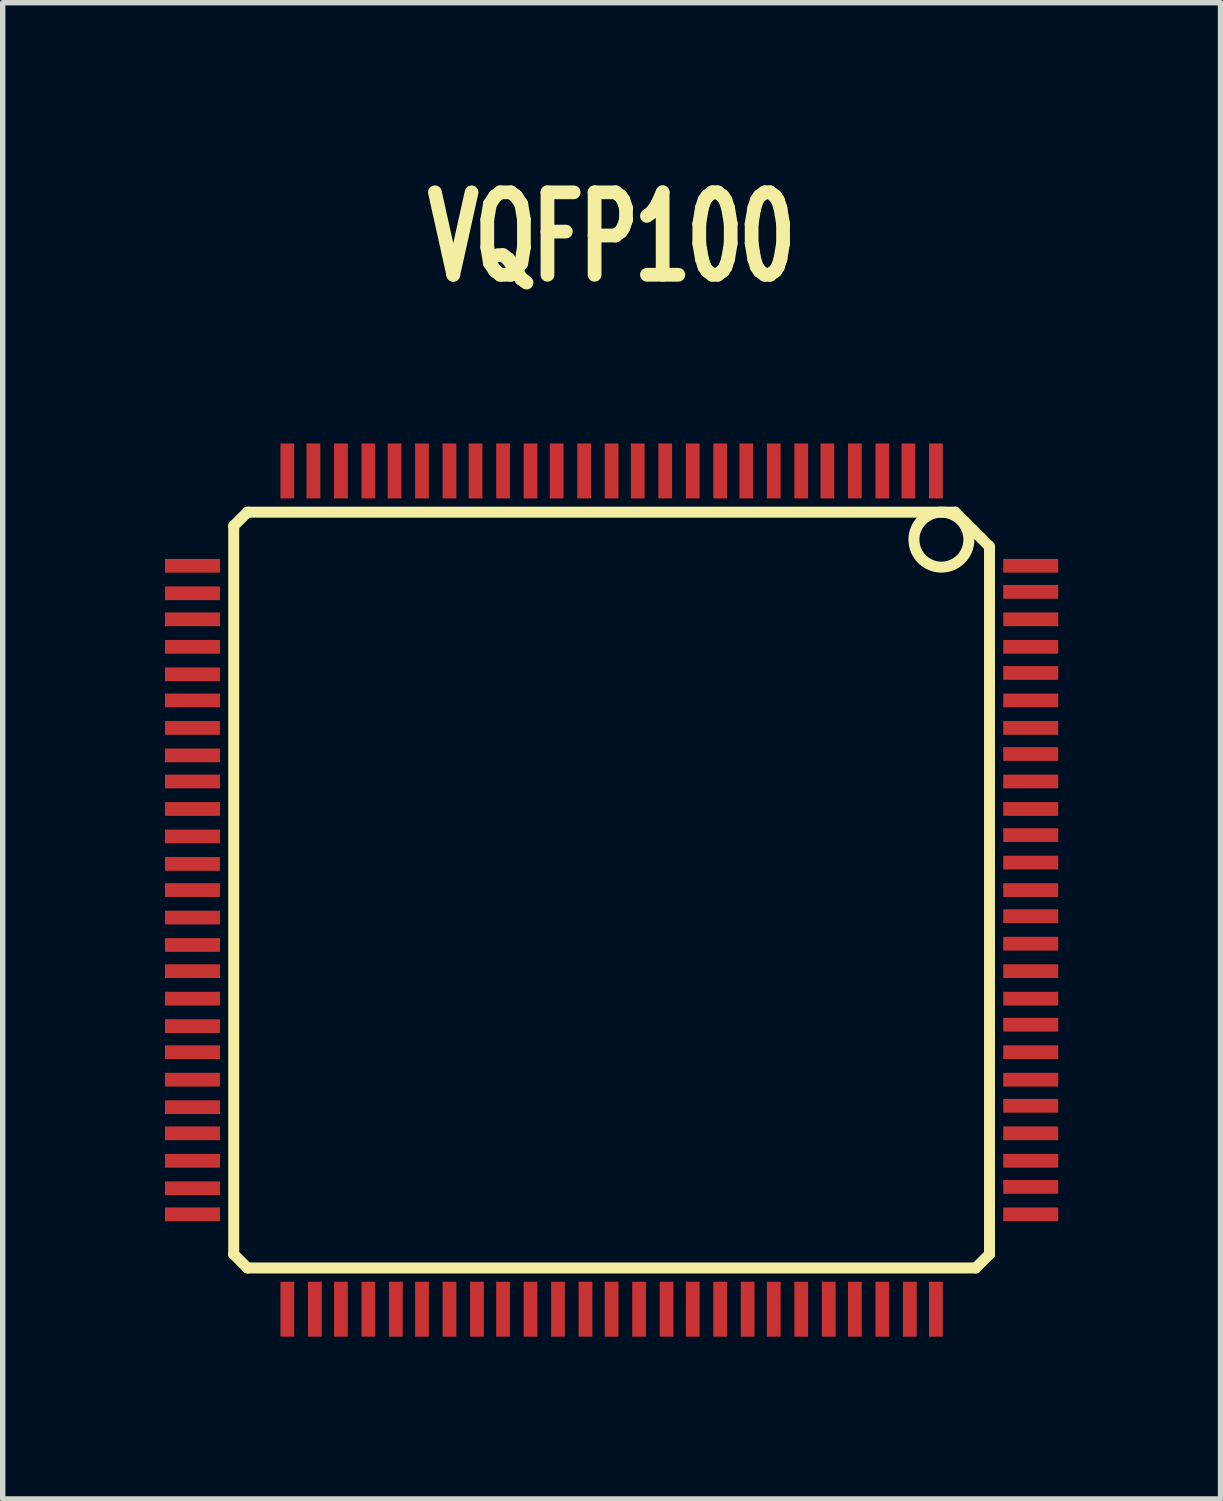
<source format=kicad_pcb>
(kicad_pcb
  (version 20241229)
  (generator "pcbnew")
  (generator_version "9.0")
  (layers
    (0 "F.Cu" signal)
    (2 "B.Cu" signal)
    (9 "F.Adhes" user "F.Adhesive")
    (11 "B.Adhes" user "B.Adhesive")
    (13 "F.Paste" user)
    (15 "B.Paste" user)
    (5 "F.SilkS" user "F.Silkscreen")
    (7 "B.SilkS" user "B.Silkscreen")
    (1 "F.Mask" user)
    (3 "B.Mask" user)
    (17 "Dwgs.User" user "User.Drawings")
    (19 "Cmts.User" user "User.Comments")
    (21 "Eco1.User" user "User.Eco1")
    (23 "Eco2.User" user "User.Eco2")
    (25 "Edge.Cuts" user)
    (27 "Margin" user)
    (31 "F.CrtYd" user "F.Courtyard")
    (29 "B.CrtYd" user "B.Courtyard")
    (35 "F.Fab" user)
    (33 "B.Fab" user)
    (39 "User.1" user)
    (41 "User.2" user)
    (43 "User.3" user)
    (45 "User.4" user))
  (footprint "VQFP100"
    (layer "F.Cu")
    (at 8.255 13.402)
    (property "Reference" "VQFP100" (at 0 -12.065 0) (layer "F.SilkS") (effects (font (size 1.524 1.016) (thickness 0.305))))
    (attr smd)
    (fp_line (start -6.985 -6.731) (end -6.985 6.731) (stroke (width 0.203) (type solid)) (layer "F.SilkS"))
    (fp_line (start -6.985 -6.731) (end -6.731 -6.985) (stroke (width 0.203) (type solid)) (layer "F.SilkS"))
    (fp_line (start -6.985 6.731) (end -6.731 6.985) (stroke (width 0.203) (type solid)) (layer "F.SilkS"))
    (fp_line (start -6.731 6.985) (end 6.731 6.985) (stroke (width 0.203) (type solid)) (layer "F.SilkS"))
    (fp_line (start 6.35 -6.985) (end -6.731 -6.985) (stroke (width 0.203) (type solid)) (layer "F.SilkS"))
    (fp_line (start 6.731 6.985) (end 6.985 6.731) (stroke (width 0.203) (type solid)) (layer "F.SilkS"))
    (fp_line (start 6.985 -6.35) (end 6.35 -6.985) (stroke (width 0.203) (type solid)) (layer "F.SilkS"))
    (fp_line (start 6.985 6.731) (end 6.985 -6.35) (stroke (width 0.203) (type solid)) (layer "F.SilkS"))
    (fp_circle (center 6.096 -6.477) (end 6.096 -6.985) (stroke (width 0.203) (type solid)) (fill no) (layer "F.SilkS"))
    (pad "1" smd rect (at 5.994 -7.747) (size 0.254 1.016) (layers "F.Cu" "F.Mask" "F.Paste"))
    (pad "2" smd rect (at 5.486 -7.747) (size 0.254 1.016) (layers "F.Cu" "F.Mask" "F.Paste"))
    (pad "3" smd rect (at 5.004 -7.747) (size 0.254 1.016) (layers "F.Cu" "F.Mask" "F.Paste"))
    (pad "4" smd rect (at 4.496 -7.747) (size 0.254 1.016) (layers "F.Cu" "F.Mask" "F.Paste"))
    (pad "5" smd rect (at 3.988 -7.747) (size 0.254 1.016) (layers "F.Cu" "F.Mask" "F.Paste"))
    (pad "6" smd rect (at 3.505 -7.747) (size 0.254 1.016) (layers "F.Cu" "F.Mask" "F.Paste"))
    (pad "7" smd rect (at 2.997 -7.747) (size 0.254 1.016) (layers "F.Cu" "F.Mask" "F.Paste"))
    (pad "8" smd rect (at 2.489 -7.747) (size 0.254 1.016) (layers "F.Cu" "F.Mask" "F.Paste"))
    (pad "9" smd rect (at 2.007 -7.747) (size 0.254 1.016) (layers "F.Cu" "F.Mask" "F.Paste"))
    (pad "10" smd rect (at 1.499 -7.747) (size 0.254 1.016) (layers "F.Cu" "F.Mask" "F.Paste"))
    (pad "11" smd rect (at 0.991 -7.747) (size 0.254 1.016) (layers "F.Cu" "F.Mask" "F.Paste"))
    (pad "12" smd rect (at 0.483 -7.747) (size 0.254 1.016) (layers "F.Cu" "F.Mask" "F.Paste"))
    (pad "13" smd rect (at 0 -7.747) (size 0.254 1.016) (layers "F.Cu" "F.Mask" "F.Paste"))
    (pad "14" smd rect (at -0.508 -7.747) (size 0.254 1.016) (layers "F.Cu" "F.Mask" "F.Paste"))
    (pad "15" smd rect (at -1.016 -7.747) (size 0.254 1.016) (layers "F.Cu" "F.Mask" "F.Paste"))
    (pad "16" smd rect (at -1.499 -7.747) (size 0.254 1.016) (layers "F.Cu" "F.Mask" "F.Paste"))
    (pad "17" smd rect (at -2.007 -7.747) (size 0.254 1.016) (layers "F.Cu" "F.Mask" "F.Paste"))
    (pad "18" smd rect (at -2.515 -7.747) (size 0.254 1.016) (layers "F.Cu" "F.Mask" "F.Paste"))
    (pad "19" smd rect (at -2.997 -7.747) (size 0.254 1.016) (layers "F.Cu" "F.Mask" "F.Paste"))
    (pad "20" smd rect (at -3.505 -7.747) (size 0.254 1.016) (layers "F.Cu" "F.Mask" "F.Paste"))
    (pad "21" smd rect (at -4.013 -7.747) (size 0.254 1.016) (layers "F.Cu" "F.Mask" "F.Paste"))
    (pad "22" smd rect (at -4.496 -7.747) (size 0.254 1.016) (layers "F.Cu" "F.Mask" "F.Paste"))
    (pad "23" smd rect (at -5.004 -7.747) (size 0.254 1.016) (layers "F.Cu" "F.Mask" "F.Paste"))
    (pad "24" smd rect (at -5.512 -7.747) (size 0.254 1.016) (layers "F.Cu" "F.Mask" "F.Paste"))
    (pad "25" smd rect (at -5.994 -7.747) (size 0.254 1.016) (layers "F.Cu" "F.Mask" "F.Paste"))
    (pad "26" smd rect (at -7.747 -5.994) (size 1.016 0.254) (layers "F.Cu" "F.Mask" "F.Paste"))
    (pad "27" smd rect (at -7.747 -5.486) (size 1.016 0.254) (layers "F.Cu" "F.Mask" "F.Paste"))
    (pad "28" smd rect (at -7.747 -5.004) (size 1.016 0.254) (layers "F.Cu" "F.Mask" "F.Paste"))
    (pad "29" smd rect (at -7.747 -4.496) (size 1.016 0.254) (layers "F.Cu" "F.Mask" "F.Paste"))
    (pad "30" smd rect (at -7.747 -3.988) (size 1.016 0.254) (layers "F.Cu" "F.Mask" "F.Paste"))
    (pad "31" smd rect (at -7.747 -3.505) (size 1.016 0.254) (layers "F.Cu" "F.Mask" "F.Paste"))
    (pad "32" smd rect (at -7.747 -2.997) (size 1.016 0.254) (layers "F.Cu" "F.Mask" "F.Paste"))
    (pad "33" smd rect (at -7.747 -2.489) (size 1.016 0.254) (layers "F.Cu" "F.Mask" "F.Paste"))
    (pad "34" smd rect (at -7.747 -2.007) (size 1.016 0.254) (layers "F.Cu" "F.Mask" "F.Paste"))
    (pad "35" smd rect (at -7.747 -1.499) (size 1.016 0.254) (layers "F.Cu" "F.Mask" "F.Paste"))
    (pad "36" smd rect (at -7.747 -0.991) (size 1.016 0.254) (layers "F.Cu" "F.Mask" "F.Paste"))
    (pad "37" smd rect (at -7.747 -0.483) (size 1.016 0.254) (layers "F.Cu" "F.Mask" "F.Paste"))
    (pad "38" smd rect (at -7.747 0) (size 1.016 0.254) (layers "F.Cu" "F.Mask" "F.Paste"))
    (pad "39" smd rect (at -7.747 0.508) (size 1.016 0.254) (layers "F.Cu" "F.Mask" "F.Paste"))
    (pad "40" smd rect (at -7.747 1.016) (size 1.016 0.254) (layers "F.Cu" "F.Mask" "F.Paste"))
    (pad "41" smd rect (at -7.747 1.499) (size 1.016 0.254) (layers "F.Cu" "F.Mask" "F.Paste"))
    (pad "42" smd rect (at -7.747 2.007) (size 1.016 0.254) (layers "F.Cu" "F.Mask" "F.Paste"))
    (pad "43" smd rect (at -7.747 2.515) (size 1.016 0.254) (layers "F.Cu" "F.Mask" "F.Paste"))
    (pad "44" smd rect (at -7.747 2.997) (size 1.016 0.254) (layers "F.Cu" "F.Mask" "F.Paste"))
    (pad "45" smd rect (at -7.747 3.505) (size 1.016 0.254) (layers "F.Cu" "F.Mask" "F.Paste"))
    (pad "46" smd rect (at -7.747 4.013) (size 1.016 0.254) (layers "F.Cu" "F.Mask" "F.Paste"))
    (pad "47" smd rect (at -7.747 4.496) (size 1.016 0.254) (layers "F.Cu" "F.Mask" "F.Paste"))
    (pad "48" smd rect (at -7.747 5.004) (size 1.016 0.254) (layers "F.Cu" "F.Mask" "F.Paste"))
    (pad "49" smd rect (at -7.747 5.512) (size 1.016 0.254) (layers "F.Cu" "F.Mask" "F.Paste"))
    (pad "50" smd rect (at -7.747 5.994) (size 1.016 0.254) (layers "F.Cu" "F.Mask" "F.Paste"))
    (pad "51" smd rect (at -5.994 7.747) (size 0.254 1.016) (layers "F.Cu" "F.Mask" "F.Paste"))
    (pad "52" smd rect (at -5.486 7.747) (size 0.254 1.016) (layers "F.Cu" "F.Mask" "F.Paste"))
    (pad "53" smd rect (at -5.004 7.747) (size 0.254 1.016) (layers "F.Cu" "F.Mask" "F.Paste"))
    (pad "54" smd rect (at -4.496 7.747) (size 0.254 1.016) (layers "F.Cu" "F.Mask" "F.Paste"))
    (pad "55" smd rect (at -3.988 7.747) (size 0.254 1.016) (layers "F.Cu" "F.Mask" "F.Paste"))
    (pad "56" smd rect (at -3.505 7.747) (size 0.254 1.016) (layers "F.Cu" "F.Mask" "F.Paste"))
    (pad "57" smd rect (at -2.997 7.747) (size 0.254 1.016) (layers "F.Cu" "F.Mask" "F.Paste"))
    (pad "58" smd rect (at -2.489 7.747) (size 0.254 1.016) (layers "F.Cu" "F.Mask" "F.Paste"))
    (pad "59" smd rect (at -2.007 7.747) (size 0.254 1.016) (layers "F.Cu" "F.Mask" "F.Paste"))
    (pad "60" smd rect (at -1.499 7.747) (size 0.254 1.016) (layers "F.Cu" "F.Mask" "F.Paste"))
    (pad "61" smd rect (at -0.991 7.747) (size 0.254 1.016) (layers "F.Cu" "F.Mask" "F.Paste"))
    (pad "62" smd rect (at -0.483 7.747) (size 0.254 1.016) (layers "F.Cu" "F.Mask" "F.Paste"))
    (pad "63" smd rect (at 0 7.747) (size 0.254 1.016) (layers "F.Cu" "F.Mask" "F.Paste"))
    (pad "64" smd rect (at 0.508 7.747) (size 0.254 1.016) (layers "F.Cu" "F.Mask" "F.Paste"))
    (pad "65" smd rect (at 1.016 7.747) (size 0.254 1.016) (layers "F.Cu" "F.Mask" "F.Paste"))
    (pad "66" smd rect (at 1.499 7.747) (size 0.254 1.016) (layers "F.Cu" "F.Mask" "F.Paste"))
    (pad "67" smd rect (at 2.007 7.747) (size 0.254 1.016) (layers "F.Cu" "F.Mask" "F.Paste"))
    (pad "68" smd rect (at 2.515 7.747) (size 0.254 1.016) (layers "F.Cu" "F.Mask" "F.Paste"))
    (pad "69" smd rect (at 2.997 7.747) (size 0.254 1.016) (layers "F.Cu" "F.Mask" "F.Paste"))
    (pad "70" smd rect (at 3.505 7.747) (size 0.254 1.016) (layers "F.Cu" "F.Mask" "F.Paste"))
    (pad "71" smd rect (at 4.013 7.747) (size 0.254 1.016) (layers "F.Cu" "F.Mask" "F.Paste"))
    (pad "72" smd rect (at 4.496 7.747) (size 0.254 1.016) (layers "F.Cu" "F.Mask" "F.Paste"))
    (pad "73" smd rect (at 5.004 7.747) (size 0.254 1.016) (layers "F.Cu" "F.Mask" "F.Paste"))
    (pad "74" smd rect (at 5.512 7.747) (size 0.254 1.016) (layers "F.Cu" "F.Mask" "F.Paste"))
    (pad "75" smd rect (at 5.994 7.747) (size 0.254 1.016) (layers "F.Cu" "F.Mask" "F.Paste"))
    (pad "76" smd rect (at 7.747 5.994) (size 1.016 0.254) (layers "F.Cu" "F.Mask" "F.Paste"))
    (pad "77" smd rect (at 7.747 5.486) (size 1.016 0.254) (layers "F.Cu" "F.Mask" "F.Paste"))
    (pad "78" smd rect (at 7.747 5.004) (size 1.016 0.254) (layers "F.Cu" "F.Mask" "F.Paste"))
    (pad "79" smd rect (at 7.747 4.496) (size 1.016 0.254) (layers "F.Cu" "F.Mask" "F.Paste"))
    (pad "80" smd rect (at 7.747 3.988) (size 1.016 0.254) (layers "F.Cu" "F.Mask" "F.Paste"))
    (pad "81" smd rect (at 7.747 3.505) (size 1.016 0.254) (layers "F.Cu" "F.Mask" "F.Paste"))
    (pad "82" smd rect (at 7.747 2.997) (size 1.016 0.254) (layers "F.Cu" "F.Mask" "F.Paste"))
    (pad "83" smd rect (at 7.747 2.489) (size 1.016 0.254) (layers "F.Cu" "F.Mask" "F.Paste"))
    (pad "84" smd rect (at 7.747 2.007) (size 1.016 0.254) (layers "F.Cu" "F.Mask" "F.Paste"))
    (pad "85" smd rect (at 7.747 1.499) (size 1.016 0.254) (layers "F.Cu" "F.Mask" "F.Paste"))
    (pad "86" smd rect (at 7.747 0.991) (size 1.016 0.254) (layers "F.Cu" "F.Mask" "F.Paste"))
    (pad "87" smd rect (at 7.747 0.483) (size 1.016 0.254) (layers "F.Cu" "F.Mask" "F.Paste"))
    (pad "88" smd rect (at 7.747 0) (size 1.016 0.254) (layers "F.Cu" "F.Mask" "F.Paste"))
    (pad "89" smd rect (at 7.747 -0.508) (size 1.016 0.254) (layers "F.Cu" "F.Mask" "F.Paste"))
    (pad "90" smd rect (at 7.747 -1.016) (size 1.016 0.254) (layers "F.Cu" "F.Mask" "F.Paste"))
    (pad "91" smd rect (at 7.747 -1.499) (size 1.016 0.254) (layers "F.Cu" "F.Mask" "F.Paste"))
    (pad "92" smd rect (at 7.747 -2.007) (size 1.016 0.254) (layers "F.Cu" "F.Mask" "F.Paste"))
    (pad "93" smd rect (at 7.747 -2.515) (size 1.016 0.254) (layers "F.Cu" "F.Mask" "F.Paste"))
    (pad "94" smd rect (at 7.747 -2.997) (size 1.016 0.254) (layers "F.Cu" "F.Mask" "F.Paste"))
    (pad "95" smd rect (at 7.747 -3.505) (size 1.016 0.254) (layers "F.Cu" "F.Mask" "F.Paste"))
    (pad "96" smd rect (at 7.747 -4.013) (size 1.016 0.254) (layers "F.Cu" "F.Mask" "F.Paste"))
    (pad "97" smd rect (at 7.747 -4.496) (size 1.016 0.254) (layers "F.Cu" "F.Mask" "F.Paste"))
    (pad "98" smd rect (at 7.747 -5.004) (size 1.016 0.254) (layers "F.Cu" "F.Mask" "F.Paste"))
    (pad "99" smd rect (at 7.747 -5.512) (size 1.016 0.254) (layers "F.Cu" "F.Mask" "F.Paste"))
    (pad "100" smd rect (at 7.747 -5.994) (size 1.016 0.254) (layers "F.Cu" "F.Mask" "F.Paste")))
  (gr_rect
    (start -3 -3)
    (end 19.51 24.657)
    (stroke (width 0.1) (type default))
    (fill no)
    (layer "Edge.Cuts")))
</source>
